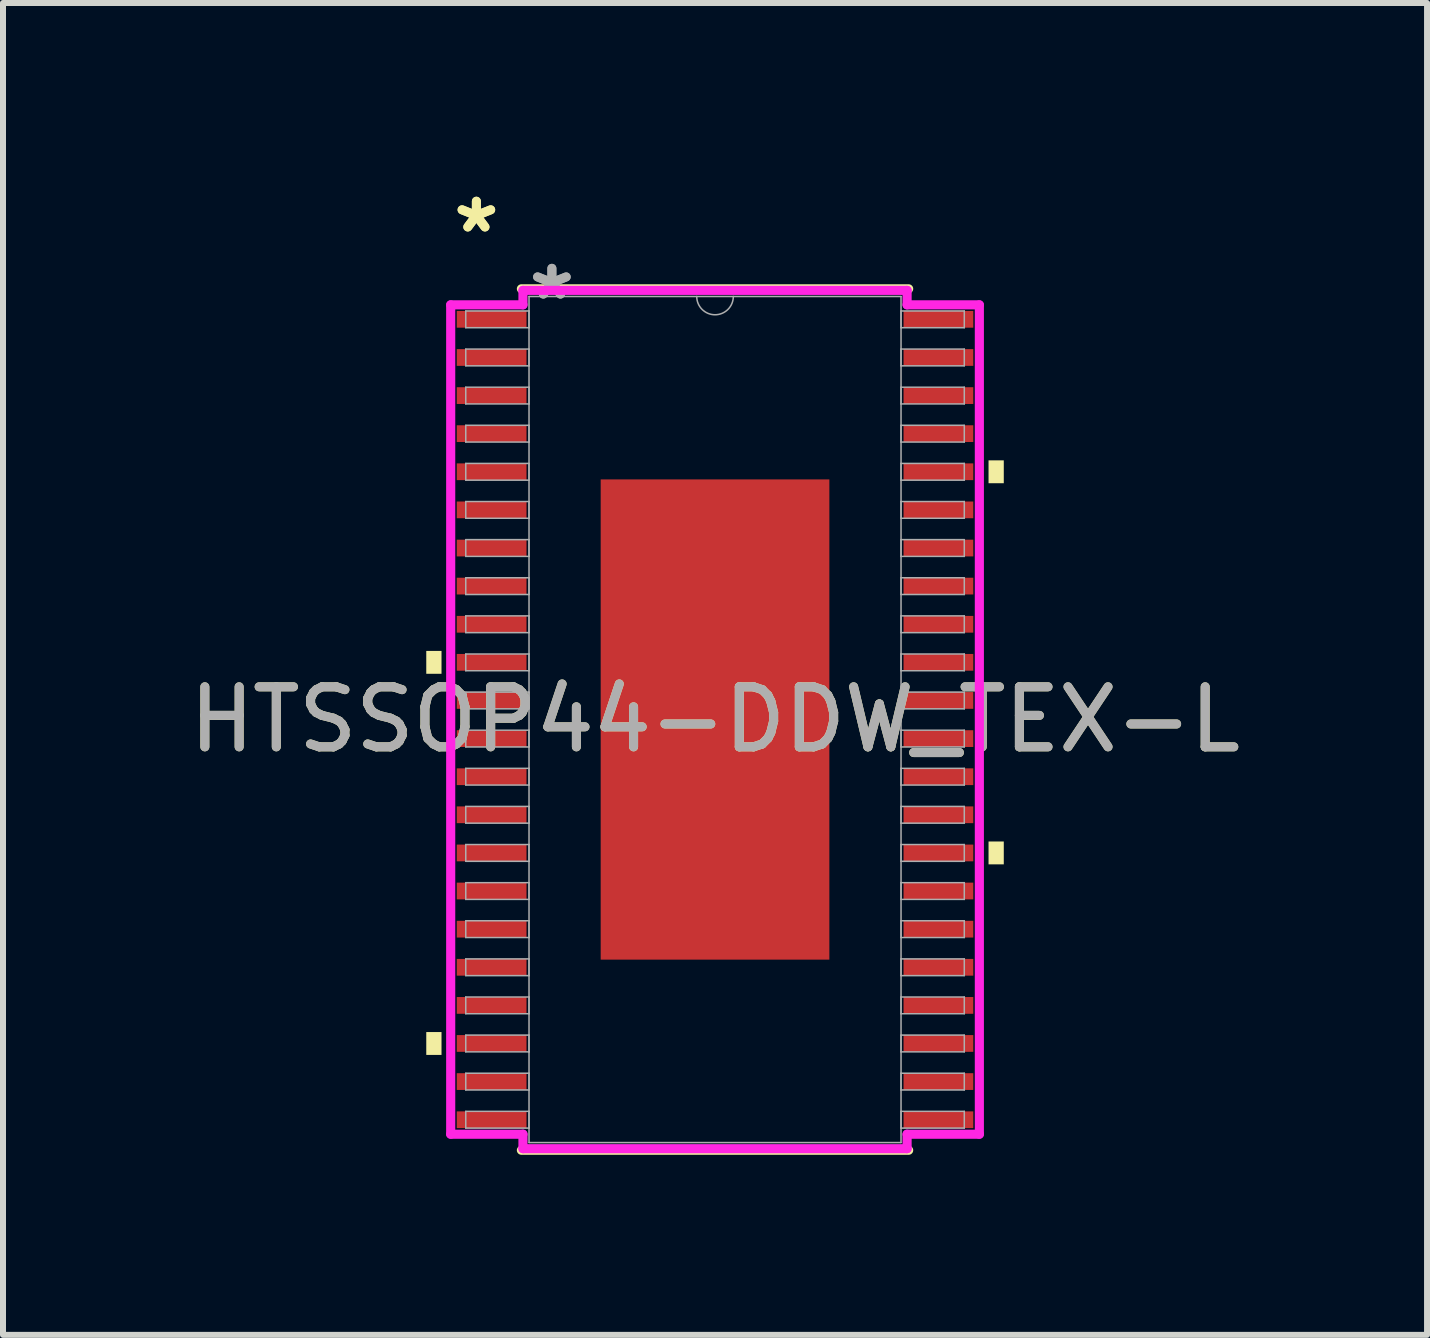
<source format=kicad_pcb>
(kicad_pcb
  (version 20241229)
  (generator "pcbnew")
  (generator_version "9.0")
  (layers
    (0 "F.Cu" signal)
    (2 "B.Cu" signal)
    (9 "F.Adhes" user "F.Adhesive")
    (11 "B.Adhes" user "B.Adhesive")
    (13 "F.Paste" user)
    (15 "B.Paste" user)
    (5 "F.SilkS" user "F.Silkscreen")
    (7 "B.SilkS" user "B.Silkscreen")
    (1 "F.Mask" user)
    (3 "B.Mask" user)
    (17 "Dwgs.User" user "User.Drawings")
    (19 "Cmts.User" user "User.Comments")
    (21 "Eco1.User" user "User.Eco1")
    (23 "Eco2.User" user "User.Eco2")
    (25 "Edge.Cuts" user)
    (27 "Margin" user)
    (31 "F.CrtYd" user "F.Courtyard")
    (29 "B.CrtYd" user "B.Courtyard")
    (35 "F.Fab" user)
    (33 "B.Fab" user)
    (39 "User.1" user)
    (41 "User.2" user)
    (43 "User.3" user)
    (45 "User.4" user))
  (footprint "HTSSOP44-DDW_TEX-L"
    (layer "F.Cu")
    (at 8.863 8.938)
    (property "Reference" "HTSSOP44-DDW_TEX-L" (at 0 0 0) (unlocked yes) (layer "F.SilkS") (effects (font (size 1 1) (thickness 0.15))))
    (attr smd)
    (fp_line (start -3.226 7.176) (end 3.226 7.176) (stroke (width 0.152) (type solid)) (layer "F.SilkS"))
    (fp_line (start 3.226 -7.176) (end -3.226 -7.176) (stroke (width 0.152) (type solid)) (layer "F.SilkS"))
    (fp_poly (pts (xy -4.811 -1.143) (xy -4.811 -0.762) (xy -4.557 -0.762) (xy -4.557 -1.143)) (stroke (width 0) (type solid)) (fill yes) (layer "F.SilkS"))
    (fp_poly (pts (xy -4.811 5.207) (xy -4.811 5.588) (xy -4.557 5.588) (xy -4.557 5.207)) (stroke (width 0) (type solid)) (fill yes) (layer "F.SilkS"))
    (fp_poly (pts (xy 4.811 -4.318) (xy 4.811 -3.937) (xy 4.557 -3.937) (xy 4.557 -4.318)) (stroke (width 0) (type solid)) (fill yes) (layer "F.SilkS"))
    (fp_poly (pts (xy 4.811 2.032) (xy 4.811 2.413) (xy 4.557 2.413) (xy 4.557 2.032)) (stroke (width 0) (type solid)) (fill yes) (layer "F.SilkS"))
    (fp_poly (pts (xy -1.805 -3.901) (xy -1.805 -2.767) (xy -0.735 -2.767) (xy -0.735 -3.901)) (stroke (width 0) (type solid)) (fill yes) (layer "F.Paste"))
    (fp_poly (pts (xy -1.805 -2.567) (xy -1.805 -1.433) (xy -0.735 -1.433) (xy -0.735 -2.567)) (stroke (width 0) (type solid)) (fill yes) (layer "F.Paste"))
    (fp_poly (pts (xy -1.805 -1.234) (xy -1.805 -0.1) (xy -0.735 -0.1) (xy -0.735 -1.234)) (stroke (width 0) (type solid)) (fill yes) (layer "F.Paste"))
    (fp_poly (pts (xy -1.805 0.1) (xy -1.805 1.234) (xy -0.735 1.234) (xy -0.735 0.1)) (stroke (width 0) (type solid)) (fill yes) (layer "F.Paste"))
    (fp_poly (pts (xy -1.805 1.433) (xy -1.805 2.567) (xy -0.735 2.567) (xy -0.735 1.433)) (stroke (width 0) (type solid)) (fill yes) (layer "F.Paste"))
    (fp_poly (pts (xy -1.805 2.767) (xy -1.805 3.901) (xy -0.735 3.901) (xy -0.735 2.767)) (stroke (width 0) (type solid)) (fill yes) (layer "F.Paste"))
    (fp_poly (pts (xy -0.535 -3.901) (xy -0.535 -2.767) (xy 0.535 -2.767) (xy 0.535 -3.901)) (stroke (width 0) (type solid)) (fill yes) (layer "F.Paste"))
    (fp_poly (pts (xy -0.535 -2.567) (xy -0.535 -1.433) (xy 0.535 -1.433) (xy 0.535 -2.567)) (stroke (width 0) (type solid)) (fill yes) (layer "F.Paste"))
    (fp_poly (pts (xy -0.535 -1.234) (xy -0.535 -0.1) (xy 0.535 -0.1) (xy 0.535 -1.234)) (stroke (width 0) (type solid)) (fill yes) (layer "F.Paste"))
    (fp_poly (pts (xy -0.535 0.1) (xy -0.535 1.234) (xy 0.535 1.234) (xy 0.535 0.1)) (stroke (width 0) (type solid)) (fill yes) (layer "F.Paste"))
    (fp_poly (pts (xy -0.535 1.433) (xy -0.535 2.567) (xy 0.535 2.567) (xy 0.535 1.433)) (stroke (width 0) (type solid)) (fill yes) (layer "F.Paste"))
    (fp_poly (pts (xy -0.535 2.767) (xy -0.535 3.901) (xy 0.535 3.901) (xy 0.535 2.767)) (stroke (width 0) (type solid)) (fill yes) (layer "F.Paste"))
    (fp_poly (pts (xy 0.735 -3.901) (xy 0.735 -2.767) (xy 1.805 -2.767) (xy 1.805 -3.901)) (stroke (width 0) (type solid)) (fill yes) (layer "F.Paste"))
    (fp_poly (pts (xy 0.735 -2.567) (xy 0.735 -1.433) (xy 1.805 -1.433) (xy 1.805 -2.567)) (stroke (width 0) (type solid)) (fill yes) (layer "F.Paste"))
    (fp_poly (pts (xy 0.735 -1.234) (xy 0.735 -0.1) (xy 1.805 -0.1) (xy 1.805 -1.234)) (stroke (width 0) (type solid)) (fill yes) (layer "F.Paste"))
    (fp_poly (pts (xy 0.735 0.1) (xy 0.735 1.234) (xy 1.805 1.234) (xy 1.805 0.1)) (stroke (width 0) (type solid)) (fill yes) (layer "F.Paste"))
    (fp_poly (pts (xy 0.735 1.433) (xy 0.735 2.567) (xy 1.805 2.567) (xy 1.805 1.433)) (stroke (width 0) (type solid)) (fill yes) (layer "F.Paste"))
    (fp_poly (pts (xy 0.735 2.767) (xy 0.735 3.901) (xy 1.805 3.901) (xy 1.805 2.767)) (stroke (width 0) (type solid)) (fill yes) (layer "F.Paste"))
    (fp_line (start -4.404 -6.909) (end -3.2 -6.909) (stroke (width 0.152) (type solid)) (layer "F.CrtYd"))
    (fp_line (start -4.404 6.909) (end -4.404 -6.909) (stroke (width 0.152) (type solid)) (layer "F.CrtYd"))
    (fp_line (start -4.404 6.909) (end -3.2 6.909) (stroke (width 0.152) (type solid)) (layer "F.CrtYd"))
    (fp_line (start -3.2 -7.15) (end 3.2 -7.15) (stroke (width 0.152) (type solid)) (layer "F.CrtYd"))
    (fp_line (start -3.2 -6.909) (end -3.2 -7.15) (stroke (width 0.152) (type solid)) (layer "F.CrtYd"))
    (fp_line (start -3.2 7.15) (end -3.2 6.909) (stroke (width 0.152) (type solid)) (layer "F.CrtYd"))
    (fp_line (start 3.2 -7.15) (end 3.2 -6.909) (stroke (width 0.152) (type solid)) (layer "F.CrtYd"))
    (fp_line (start 3.2 6.909) (end 3.2 7.15) (stroke (width 0.152) (type solid)) (layer "F.CrtYd"))
    (fp_line (start 3.2 7.15) (end -3.2 7.15) (stroke (width 0.152) (type solid)) (layer "F.CrtYd"))
    (fp_line (start 4.404 -6.909) (end 3.2 -6.909) (stroke (width 0.152) (type solid)) (layer "F.CrtYd"))
    (fp_line (start 4.404 -6.909) (end 4.404 6.909) (stroke (width 0.152) (type solid)) (layer "F.CrtYd"))
    (fp_line (start 4.404 6.909) (end 3.2 6.909) (stroke (width 0.152) (type solid)) (layer "F.CrtYd"))
    (fp_line (start -4.153 -6.807) (end -4.153 -6.528) (stroke (width 0.025) (type solid)) (layer "F.Fab"))
    (fp_line (start -4.153 -6.528) (end -3.099 -6.528) (stroke (width 0.025) (type solid)) (layer "F.Fab"))
    (fp_line (start -4.153 -6.172) (end -4.153 -5.893) (stroke (width 0.025) (type solid)) (layer "F.Fab"))
    (fp_line (start -4.153 -5.893) (end -3.099 -5.893) (stroke (width 0.025) (type solid)) (layer "F.Fab"))
    (fp_line (start -4.153 -5.537) (end -4.153 -5.258) (stroke (width 0.025) (type solid)) (layer "F.Fab"))
    (fp_line (start -4.153 -5.258) (end -3.099 -5.258) (stroke (width 0.025) (type solid)) (layer "F.Fab"))
    (fp_line (start -4.153 -4.902) (end -4.153 -4.623) (stroke (width 0.025) (type solid)) (layer "F.Fab"))
    (fp_line (start -4.153 -4.623) (end -3.099 -4.623) (stroke (width 0.025) (type solid)) (layer "F.Fab"))
    (fp_line (start -4.153 -4.267) (end -4.153 -3.988) (stroke (width 0.025) (type solid)) (layer "F.Fab"))
    (fp_line (start -4.153 -3.988) (end -3.099 -3.988) (stroke (width 0.025) (type solid)) (layer "F.Fab"))
    (fp_line (start -4.153 -3.632) (end -4.153 -3.353) (stroke (width 0.025) (type solid)) (layer "F.Fab"))
    (fp_line (start -4.153 -3.353) (end -3.099 -3.353) (stroke (width 0.025) (type solid)) (layer "F.Fab"))
    (fp_line (start -4.153 -2.997) (end -4.153 -2.718) (stroke (width 0.025) (type solid)) (layer "F.Fab"))
    (fp_line (start -4.153 -2.718) (end -3.099 -2.718) (stroke (width 0.025) (type solid)) (layer "F.Fab"))
    (fp_line (start -4.153 -2.362) (end -4.153 -2.083) (stroke (width 0.025) (type solid)) (layer "F.Fab"))
    (fp_line (start -4.153 -2.083) (end -3.099 -2.083) (stroke (width 0.025) (type solid)) (layer "F.Fab"))
    (fp_line (start -4.153 -1.727) (end -4.153 -1.448) (stroke (width 0.025) (type solid)) (layer "F.Fab"))
    (fp_line (start -4.153 -1.448) (end -3.099 -1.448) (stroke (width 0.025) (type solid)) (layer "F.Fab"))
    (fp_line (start -4.153 -1.092) (end -4.153 -0.813) (stroke (width 0.025) (type solid)) (layer "F.Fab"))
    (fp_line (start -4.153 -0.813) (end -3.099 -0.813) (stroke (width 0.025) (type solid)) (layer "F.Fab"))
    (fp_line (start -4.153 -0.457) (end -4.153 -0.178) (stroke (width 0.025) (type solid)) (layer "F.Fab"))
    (fp_line (start -4.153 -0.178) (end -3.099 -0.178) (stroke (width 0.025) (type solid)) (layer "F.Fab"))
    (fp_line (start -4.153 0.178) (end -4.153 0.457) (stroke (width 0.025) (type solid)) (layer "F.Fab"))
    (fp_line (start -4.153 0.457) (end -3.099 0.457) (stroke (width 0.025) (type solid)) (layer "F.Fab"))
    (fp_line (start -4.153 0.813) (end -4.153 1.092) (stroke (width 0.025) (type solid)) (layer "F.Fab"))
    (fp_line (start -4.153 1.092) (end -3.099 1.092) (stroke (width 0.025) (type solid)) (layer "F.Fab"))
    (fp_line (start -4.153 1.448) (end -4.153 1.727) (stroke (width 0.025) (type solid)) (layer "F.Fab"))
    (fp_line (start -4.153 1.727) (end -3.099 1.727) (stroke (width 0.025) (type solid)) (layer "F.Fab"))
    (fp_line (start -4.153 2.083) (end -4.153 2.362) (stroke (width 0.025) (type solid)) (layer "F.Fab"))
    (fp_line (start -4.153 2.362) (end -3.099 2.362) (stroke (width 0.025) (type solid)) (layer "F.Fab"))
    (fp_line (start -4.153 2.718) (end -4.153 2.997) (stroke (width 0.025) (type solid)) (layer "F.Fab"))
    (fp_line (start -4.153 2.997) (end -3.099 2.997) (stroke (width 0.025) (type solid)) (layer "F.Fab"))
    (fp_line (start -4.153 3.353) (end -4.153 3.632) (stroke (width 0.025) (type solid)) (layer "F.Fab"))
    (fp_line (start -4.153 3.632) (end -3.099 3.632) (stroke (width 0.025) (type solid)) (layer "F.Fab"))
    (fp_line (start -4.153 3.988) (end -4.153 4.267) (stroke (width 0.025) (type solid)) (layer "F.Fab"))
    (fp_line (start -4.153 4.267) (end -3.099 4.267) (stroke (width 0.025) (type solid)) (layer "F.Fab"))
    (fp_line (start -4.153 4.623) (end -4.153 4.902) (stroke (width 0.025) (type solid)) (layer "F.Fab"))
    (fp_line (start -4.153 4.902) (end -3.099 4.902) (stroke (width 0.025) (type solid)) (layer "F.Fab"))
    (fp_line (start -4.153 5.258) (end -4.153 5.537) (stroke (width 0.025) (type solid)) (layer "F.Fab"))
    (fp_line (start -4.153 5.537) (end -3.099 5.537) (stroke (width 0.025) (type solid)) (layer "F.Fab"))
    (fp_line (start -4.153 5.893) (end -4.153 6.172) (stroke (width 0.025) (type solid)) (layer "F.Fab"))
    (fp_line (start -4.153 6.172) (end -3.099 6.172) (stroke (width 0.025) (type solid)) (layer "F.Fab"))
    (fp_line (start -4.153 6.528) (end -4.153 6.807) (stroke (width 0.025) (type solid)) (layer "F.Fab"))
    (fp_line (start -4.153 6.807) (end -3.099 6.807) (stroke (width 0.025) (type solid)) (layer "F.Fab"))
    (fp_line (start -3.099 -7.048) (end -3.099 7.048) (stroke (width 0.025) (type solid)) (layer "F.Fab"))
    (fp_line (start -3.099 -6.807) (end -4.153 -6.807) (stroke (width 0.025) (type solid)) (layer "F.Fab"))
    (fp_line (start -3.099 -6.528) (end -3.099 -6.807) (stroke (width 0.025) (type solid)) (layer "F.Fab"))
    (fp_line (start -3.099 -6.172) (end -4.153 -6.172) (stroke (width 0.025) (type solid)) (layer "F.Fab"))
    (fp_line (start -3.099 -5.893) (end -3.099 -6.172) (stroke (width 0.025) (type solid)) (layer "F.Fab"))
    (fp_line (start -3.099 -5.537) (end -4.153 -5.537) (stroke (width 0.025) (type solid)) (layer "F.Fab"))
    (fp_line (start -3.099 -5.258) (end -3.099 -5.537) (stroke (width 0.025) (type solid)) (layer "F.Fab"))
    (fp_line (start -3.099 -4.902) (end -4.153 -4.902) (stroke (width 0.025) (type solid)) (layer "F.Fab"))
    (fp_line (start -3.099 -4.623) (end -3.099 -4.902) (stroke (width 0.025) (type solid)) (layer "F.Fab"))
    (fp_line (start -3.099 -4.267) (end -4.153 -4.267) (stroke (width 0.025) (type solid)) (layer "F.Fab"))
    (fp_line (start -3.099 -3.988) (end -3.099 -4.267) (stroke (width 0.025) (type solid)) (layer "F.Fab"))
    (fp_line (start -3.099 -3.632) (end -4.153 -3.632) (stroke (width 0.025) (type solid)) (layer "F.Fab"))
    (fp_line (start -3.099 -3.353) (end -3.099 -3.632) (stroke (width 0.025) (type solid)) (layer "F.Fab"))
    (fp_line (start -3.099 -2.997) (end -4.153 -2.997) (stroke (width 0.025) (type solid)) (layer "F.Fab"))
    (fp_line (start -3.099 -2.718) (end -3.099 -2.997) (stroke (width 0.025) (type solid)) (layer "F.Fab"))
    (fp_line (start -3.099 -2.362) (end -4.153 -2.362) (stroke (width 0.025) (type solid)) (layer "F.Fab"))
    (fp_line (start -3.099 -2.083) (end -3.099 -2.362) (stroke (width 0.025) (type solid)) (layer "F.Fab"))
    (fp_line (start -3.099 -1.727) (end -4.153 -1.727) (stroke (width 0.025) (type solid)) (layer "F.Fab"))
    (fp_line (start -3.099 -1.448) (end -3.099 -1.727) (stroke (width 0.025) (type solid)) (layer "F.Fab"))
    (fp_line (start -3.099 -1.092) (end -4.153 -1.092) (stroke (width 0.025) (type solid)) (layer "F.Fab"))
    (fp_line (start -3.099 -0.813) (end -3.099 -1.092) (stroke (width 0.025) (type solid)) (layer "F.Fab"))
    (fp_line (start -3.099 -0.457) (end -4.153 -0.457) (stroke (width 0.025) (type solid)) (layer "F.Fab"))
    (fp_line (start -3.099 -0.178) (end -3.099 -0.457) (stroke (width 0.025) (type solid)) (layer "F.Fab"))
    (fp_line (start -3.099 0.178) (end -4.153 0.178) (stroke (width 0.025) (type solid)) (layer "F.Fab"))
    (fp_line (start -3.099 0.457) (end -3.099 0.178) (stroke (width 0.025) (type solid)) (layer "F.Fab"))
    (fp_line (start -3.099 0.813) (end -4.153 0.813) (stroke (width 0.025) (type solid)) (layer "F.Fab"))
    (fp_line (start -3.099 1.092) (end -3.099 0.813) (stroke (width 0.025) (type solid)) (layer "F.Fab"))
    (fp_line (start -3.099 1.448) (end -4.153 1.448) (stroke (width 0.025) (type solid)) (layer "F.Fab"))
    (fp_line (start -3.099 1.727) (end -3.099 1.448) (stroke (width 0.025) (type solid)) (layer "F.Fab"))
    (fp_line (start -3.099 2.083) (end -4.153 2.083) (stroke (width 0.025) (type solid)) (layer "F.Fab"))
    (fp_line (start -3.099 2.362) (end -3.099 2.083) (stroke (width 0.025) (type solid)) (layer "F.Fab"))
    (fp_line (start -3.099 2.718) (end -4.153 2.718) (stroke (width 0.025) (type solid)) (layer "F.Fab"))
    (fp_line (start -3.099 2.997) (end -3.099 2.718) (stroke (width 0.025) (type solid)) (layer "F.Fab"))
    (fp_line (start -3.099 3.353) (end -4.153 3.353) (stroke (width 0.025) (type solid)) (layer "F.Fab"))
    (fp_line (start -3.099 3.632) (end -3.099 3.353) (stroke (width 0.025) (type solid)) (layer "F.Fab"))
    (fp_line (start -3.099 3.988) (end -4.153 3.988) (stroke (width 0.025) (type solid)) (layer "F.Fab"))
    (fp_line (start -3.099 4.267) (end -3.099 3.988) (stroke (width 0.025) (type solid)) (layer "F.Fab"))
    (fp_line (start -3.099 4.623) (end -4.153 4.623) (stroke (width 0.025) (type solid)) (layer "F.Fab"))
    (fp_line (start -3.099 4.902) (end -3.099 4.623) (stroke (width 0.025) (type solid)) (layer "F.Fab"))
    (fp_line (start -3.099 5.258) (end -4.153 5.258) (stroke (width 0.025) (type solid)) (layer "F.Fab"))
    (fp_line (start -3.099 5.537) (end -3.099 5.258) (stroke (width 0.025) (type solid)) (layer "F.Fab"))
    (fp_line (start -3.099 5.893) (end -4.153 5.893) (stroke (width 0.025) (type solid)) (layer "F.Fab"))
    (fp_line (start -3.099 6.172) (end -3.099 5.893) (stroke (width 0.025) (type solid)) (layer "F.Fab"))
    (fp_line (start -3.099 6.528) (end -4.153 6.528) (stroke (width 0.025) (type solid)) (layer "F.Fab"))
    (fp_line (start -3.099 6.807) (end -3.099 6.528) (stroke (width 0.025) (type solid)) (layer "F.Fab"))
    (fp_line (start -3.099 7.048) (end 3.099 7.048) (stroke (width 0.025) (type solid)) (layer "F.Fab"))
    (fp_line (start 3.099 -7.048) (end -3.099 -7.048) (stroke (width 0.025) (type solid)) (layer "F.Fab"))
    (fp_line (start 3.099 -6.807) (end 3.099 -6.528) (stroke (width 0.025) (type solid)) (layer "F.Fab"))
    (fp_line (start 3.099 -6.528) (end 4.153 -6.528) (stroke (width 0.025) (type solid)) (layer "F.Fab"))
    (fp_line (start 3.099 -6.172) (end 3.099 -5.893) (stroke (width 0.025) (type solid)) (layer "F.Fab"))
    (fp_line (start 3.099 -5.893) (end 4.153 -5.893) (stroke (width 0.025) (type solid)) (layer "F.Fab"))
    (fp_line (start 3.099 -5.537) (end 3.099 -5.258) (stroke (width 0.025) (type solid)) (layer "F.Fab"))
    (fp_line (start 3.099 -5.258) (end 4.153 -5.258) (stroke (width 0.025) (type solid)) (layer "F.Fab"))
    (fp_line (start 3.099 -4.902) (end 3.099 -4.623) (stroke (width 0.025) (type solid)) (layer "F.Fab"))
    (fp_line (start 3.099 -4.623) (end 4.153 -4.623) (stroke (width 0.025) (type solid)) (layer "F.Fab"))
    (fp_line (start 3.099 -4.267) (end 3.099 -3.988) (stroke (width 0.025) (type solid)) (layer "F.Fab"))
    (fp_line (start 3.099 -3.988) (end 4.153 -3.988) (stroke (width 0.025) (type solid)) (layer "F.Fab"))
    (fp_line (start 3.099 -3.632) (end 3.099 -3.353) (stroke (width 0.025) (type solid)) (layer "F.Fab"))
    (fp_line (start 3.099 -3.353) (end 4.153 -3.353) (stroke (width 0.025) (type solid)) (layer "F.Fab"))
    (fp_line (start 3.099 -2.997) (end 3.099 -2.718) (stroke (width 0.025) (type solid)) (layer "F.Fab"))
    (fp_line (start 3.099 -2.718) (end 4.153 -2.718) (stroke (width 0.025) (type solid)) (layer "F.Fab"))
    (fp_line (start 3.099 -2.362) (end 3.099 -2.083) (stroke (width 0.025) (type solid)) (layer "F.Fab"))
    (fp_line (start 3.099 -2.083) (end 4.153 -2.083) (stroke (width 0.025) (type solid)) (layer "F.Fab"))
    (fp_line (start 3.099 -1.727) (end 3.099 -1.448) (stroke (width 0.025) (type solid)) (layer "F.Fab"))
    (fp_line (start 3.099 -1.448) (end 4.153 -1.448) (stroke (width 0.025) (type solid)) (layer "F.Fab"))
    (fp_line (start 3.099 -1.092) (end 3.099 -0.813) (stroke (width 0.025) (type solid)) (layer "F.Fab"))
    (fp_line (start 3.099 -0.813) (end 4.153 -0.813) (stroke (width 0.025) (type solid)) (layer "F.Fab"))
    (fp_line (start 3.099 -0.457) (end 3.099 -0.178) (stroke (width 0.025) (type solid)) (layer "F.Fab"))
    (fp_line (start 3.099 -0.178) (end 4.153 -0.178) (stroke (width 0.025) (type solid)) (layer "F.Fab"))
    (fp_line (start 3.099 0.178) (end 3.099 0.457) (stroke (width 0.025) (type solid)) (layer "F.Fab"))
    (fp_line (start 3.099 0.457) (end 4.153 0.457) (stroke (width 0.025) (type solid)) (layer "F.Fab"))
    (fp_line (start 3.099 0.813) (end 3.099 1.092) (stroke (width 0.025) (type solid)) (layer "F.Fab"))
    (fp_line (start 3.099 1.092) (end 4.153 1.092) (stroke (width 0.025) (type solid)) (layer "F.Fab"))
    (fp_line (start 3.099 1.448) (end 3.099 1.727) (stroke (width 0.025) (type solid)) (layer "F.Fab"))
    (fp_line (start 3.099 1.727) (end 4.153 1.727) (stroke (width 0.025) (type solid)) (layer "F.Fab"))
    (fp_line (start 3.099 2.083) (end 3.099 2.362) (stroke (width 0.025) (type solid)) (layer "F.Fab"))
    (fp_line (start 3.099 2.362) (end 4.153 2.362) (stroke (width 0.025) (type solid)) (layer "F.Fab"))
    (fp_line (start 3.099 2.718) (end 3.099 2.997) (stroke (width 0.025) (type solid)) (layer "F.Fab"))
    (fp_line (start 3.099 2.997) (end 4.153 2.997) (stroke (width 0.025) (type solid)) (layer "F.Fab"))
    (fp_line (start 3.099 3.353) (end 3.099 3.632) (stroke (width 0.025) (type solid)) (layer "F.Fab"))
    (fp_line (start 3.099 3.632) (end 4.153 3.632) (stroke (width 0.025) (type solid)) (layer "F.Fab"))
    (fp_line (start 3.099 3.988) (end 3.099 4.267) (stroke (width 0.025) (type solid)) (layer "F.Fab"))
    (fp_line (start 3.099 4.267) (end 4.153 4.267) (stroke (width 0.025) (type solid)) (layer "F.Fab"))
    (fp_line (start 3.099 4.623) (end 3.099 4.902) (stroke (width 0.025) (type solid)) (layer "F.Fab"))
    (fp_line (start 3.099 4.902) (end 4.153 4.902) (stroke (width 0.025) (type solid)) (layer "F.Fab"))
    (fp_line (start 3.099 5.258) (end 3.099 5.537) (stroke (width 0.025) (type solid)) (layer "F.Fab"))
    (fp_line (start 3.099 5.537) (end 4.153 5.537) (stroke (width 0.025) (type solid)) (layer "F.Fab"))
    (fp_line (start 3.099 5.893) (end 3.099 6.172) (stroke (width 0.025) (type solid)) (layer "F.Fab"))
    (fp_line (start 3.099 6.172) (end 4.153 6.172) (stroke (width 0.025) (type solid)) (layer "F.Fab"))
    (fp_line (start 3.099 6.528) (end 3.099 6.807) (stroke (width 0.025) (type solid)) (layer "F.Fab"))
    (fp_line (start 3.099 6.807) (end 4.153 6.807) (stroke (width 0.025) (type solid)) (layer "F.Fab"))
    (fp_line (start 3.099 7.048) (end 3.099 -7.048) (stroke (width 0.025) (type solid)) (layer "F.Fab"))
    (fp_line (start 4.153 -6.807) (end 3.099 -6.807) (stroke (width 0.025) (type solid)) (layer "F.Fab"))
    (fp_line (start 4.153 -6.528) (end 4.153 -6.807) (stroke (width 0.025) (type solid)) (layer "F.Fab"))
    (fp_line (start 4.153 -6.172) (end 3.099 -6.172) (stroke (width 0.025) (type solid)) (layer "F.Fab"))
    (fp_line (start 4.153 -5.893) (end 4.153 -6.172) (stroke (width 0.025) (type solid)) (layer "F.Fab"))
    (fp_line (start 4.153 -5.537) (end 3.099 -5.537) (stroke (width 0.025) (type solid)) (layer "F.Fab"))
    (fp_line (start 4.153 -5.258) (end 4.153 -5.537) (stroke (width 0.025) (type solid)) (layer "F.Fab"))
    (fp_line (start 4.153 -4.902) (end 3.099 -4.902) (stroke (width 0.025) (type solid)) (layer "F.Fab"))
    (fp_line (start 4.153 -4.623) (end 4.153 -4.902) (stroke (width 0.025) (type solid)) (layer "F.Fab"))
    (fp_line (start 4.153 -4.267) (end 3.099 -4.267) (stroke (width 0.025) (type solid)) (layer "F.Fab"))
    (fp_line (start 4.153 -3.988) (end 4.153 -4.267) (stroke (width 0.025) (type solid)) (layer "F.Fab"))
    (fp_line (start 4.153 -3.632) (end 3.099 -3.632) (stroke (width 0.025) (type solid)) (layer "F.Fab"))
    (fp_line (start 4.153 -3.353) (end 4.153 -3.632) (stroke (width 0.025) (type solid)) (layer "F.Fab"))
    (fp_line (start 4.153 -2.997) (end 3.099 -2.997) (stroke (width 0.025) (type solid)) (layer "F.Fab"))
    (fp_line (start 4.153 -2.718) (end 4.153 -2.997) (stroke (width 0.025) (type solid)) (layer "F.Fab"))
    (fp_line (start 4.153 -2.362) (end 3.099 -2.362) (stroke (width 0.025) (type solid)) (layer "F.Fab"))
    (fp_line (start 4.153 -2.083) (end 4.153 -2.362) (stroke (width 0.025) (type solid)) (layer "F.Fab"))
    (fp_line (start 4.153 -1.727) (end 3.099 -1.727) (stroke (width 0.025) (type solid)) (layer "F.Fab"))
    (fp_line (start 4.153 -1.448) (end 4.153 -1.727) (stroke (width 0.025) (type solid)) (layer "F.Fab"))
    (fp_line (start 4.153 -1.092) (end 3.099 -1.092) (stroke (width 0.025) (type solid)) (layer "F.Fab"))
    (fp_line (start 4.153 -0.813) (end 4.153 -1.092) (stroke (width 0.025) (type solid)) (layer "F.Fab"))
    (fp_line (start 4.153 -0.457) (end 3.099 -0.457) (stroke (width 0.025) (type solid)) (layer "F.Fab"))
    (fp_line (start 4.153 -0.178) (end 4.153 -0.457) (stroke (width 0.025) (type solid)) (layer "F.Fab"))
    (fp_line (start 4.153 0.178) (end 3.099 0.178) (stroke (width 0.025) (type solid)) (layer "F.Fab"))
    (fp_line (start 4.153 0.457) (end 4.153 0.178) (stroke (width 0.025) (type solid)) (layer "F.Fab"))
    (fp_line (start 4.153 0.813) (end 3.099 0.813) (stroke (width 0.025) (type solid)) (layer "F.Fab"))
    (fp_line (start 4.153 1.092) (end 4.153 0.813) (stroke (width 0.025) (type solid)) (layer "F.Fab"))
    (fp_line (start 4.153 1.448) (end 3.099 1.448) (stroke (width 0.025) (type solid)) (layer "F.Fab"))
    (fp_line (start 4.153 1.727) (end 4.153 1.448) (stroke (width 0.025) (type solid)) (layer "F.Fab"))
    (fp_line (start 4.153 2.083) (end 3.099 2.083) (stroke (width 0.025) (type solid)) (layer "F.Fab"))
    (fp_line (start 4.153 2.362) (end 4.153 2.083) (stroke (width 0.025) (type solid)) (layer "F.Fab"))
    (fp_line (start 4.153 2.718) (end 3.099 2.718) (stroke (width 0.025) (type solid)) (layer "F.Fab"))
    (fp_line (start 4.153 2.997) (end 4.153 2.718) (stroke (width 0.025) (type solid)) (layer "F.Fab"))
    (fp_line (start 4.153 3.353) (end 3.099 3.353) (stroke (width 0.025) (type solid)) (layer "F.Fab"))
    (fp_line (start 4.153 3.632) (end 4.153 3.353) (stroke (width 0.025) (type solid)) (layer "F.Fab"))
    (fp_line (start 4.153 3.988) (end 3.099 3.988) (stroke (width 0.025) (type solid)) (layer "F.Fab"))
    (fp_line (start 4.153 4.267) (end 4.153 3.988) (stroke (width 0.025) (type solid)) (layer "F.Fab"))
    (fp_line (start 4.153 4.623) (end 3.099 4.623) (stroke (width 0.025) (type solid)) (layer "F.Fab"))
    (fp_line (start 4.153 4.902) (end 4.153 4.623) (stroke (width 0.025) (type solid)) (layer "F.Fab"))
    (fp_line (start 4.153 5.258) (end 3.099 5.258) (stroke (width 0.025) (type solid)) (layer "F.Fab"))
    (fp_line (start 4.153 5.537) (end 4.153 5.258) (stroke (width 0.025) (type solid)) (layer "F.Fab"))
    (fp_line (start 4.153 5.893) (end 3.099 5.893) (stroke (width 0.025) (type solid)) (layer "F.Fab"))
    (fp_line (start 4.153 6.172) (end 4.153 5.893) (stroke (width 0.025) (type solid)) (layer "F.Fab"))
    (fp_line (start 4.153 6.528) (end 3.099 6.528) (stroke (width 0.025) (type solid)) (layer "F.Fab"))
    (fp_line (start 4.153 6.807) (end 4.153 6.528) (stroke (width 0.025) (type solid)) (layer "F.Fab"))
    (fp_arc (start 0.3048 -7.0485) (mid 0 -6.7437) (end -0.3048 -7.0485) (stroke (width 0.0254) (type solid)) (layer "F.Fab"))
    (fp_text user "*" (at -3.976 -8.09 0) (unlocked yes) (layer "F.SilkS") (effects (font (size 1 1) (thickness 0.15))))
    (fp_text user "*" (at -3.976 -8.09 0) (layer "F.SilkS") (effects (font (size 1 1) (thickness 0.15))))
    (fp_text user "*" (at -2.718 -6.972 0) (unlocked yes) (layer "F.Fab") (effects (font (size 1 1) (thickness 0.15))))
    (fp_text user "${REFERENCE}" (at 0 0 0) (unlocked yes) (layer "F.Fab") (effects (font (size 1 1) (thickness 0.15))))
    (fp_text user "*" (at -2.718 -6.972 0) (layer "F.Fab") (effects (font (size 1 1) (thickness 0.15))))
    (pad "1" smd rect (at -3.722 -6.668) (size 1.162 0.279) (layers "F.Cu" "F.Mask" "F.Paste"))
    (pad "2" smd rect (at -3.722 -6.032) (size 1.162 0.279) (layers "F.Cu" "F.Mask" "F.Paste"))
    (pad "3" smd rect (at -3.722 -5.397) (size 1.162 0.279) (layers "F.Cu" "F.Mask" "F.Paste"))
    (pad "4" smd rect (at -3.722 -4.763) (size 1.162 0.279) (layers "F.Cu" "F.Mask" "F.Paste"))
    (pad "5" smd rect (at -3.722 -4.128) (size 1.162 0.279) (layers "F.Cu" "F.Mask" "F.Paste"))
    (pad "6" smd rect (at -3.722 -3.493) (size 1.162 0.279) (layers "F.Cu" "F.Mask" "F.Paste"))
    (pad "7" smd rect (at -3.722 -2.857) (size 1.162 0.279) (layers "F.Cu" "F.Mask" "F.Paste"))
    (pad "8" smd rect (at -3.722 -2.223) (size 1.162 0.279) (layers "F.Cu" "F.Mask" "F.Paste"))
    (pad "9" smd rect (at -3.722 -1.587) (size 1.162 0.279) (layers "F.Cu" "F.Mask" "F.Paste"))
    (pad "10" smd rect (at -3.722 -0.953) (size 1.162 0.279) (layers "F.Cu" "F.Mask" "F.Paste"))
    (pad "11" smd rect (at -3.722 -0.318) (size 1.162 0.279) (layers "F.Cu" "F.Mask" "F.Paste"))
    (pad "12" smd rect (at -3.722 0.318) (size 1.162 0.279) (layers "F.Cu" "F.Mask" "F.Paste"))
    (pad "13" smd rect (at -3.722 0.953) (size 1.162 0.279) (layers "F.Cu" "F.Mask" "F.Paste"))
    (pad "14" smd rect (at -3.722 1.587) (size 1.162 0.279) (layers "F.Cu" "F.Mask" "F.Paste"))
    (pad "15" smd rect (at -3.722 2.223) (size 1.162 0.279) (layers "F.Cu" "F.Mask" "F.Paste"))
    (pad "16" smd rect (at -3.722 2.857) (size 1.162 0.279) (layers "F.Cu" "F.Mask" "F.Paste"))
    (pad "17" smd rect (at -3.722 3.493) (size 1.162 0.279) (layers "F.Cu" "F.Mask" "F.Paste"))
    (pad "18" smd rect (at -3.722 4.128) (size 1.162 0.279) (layers "F.Cu" "F.Mask" "F.Paste"))
    (pad "19" smd rect (at -3.722 4.763) (size 1.162 0.279) (layers "F.Cu" "F.Mask" "F.Paste"))
    (pad "20" smd rect (at -3.722 5.397) (size 1.162 0.279) (layers "F.Cu" "F.Mask" "F.Paste"))
    (pad "21" smd rect (at -3.722 6.032) (size 1.162 0.279) (layers "F.Cu" "F.Mask" "F.Paste"))
    (pad "22" smd rect (at -3.722 6.668) (size 1.162 0.279) (layers "F.Cu" "F.Mask" "F.Paste"))
    (pad "23" smd rect (at 3.722 6.668) (size 1.162 0.279) (layers "F.Cu" "F.Mask" "F.Paste"))
    (pad "24" smd rect (at 3.722 6.032) (size 1.162 0.279) (layers "F.Cu" "F.Mask" "F.Paste"))
    (pad "25" smd rect (at 3.722 5.397) (size 1.162 0.279) (layers "F.Cu" "F.Mask" "F.Paste"))
    (pad "26" smd rect (at 3.722 4.763) (size 1.162 0.279) (layers "F.Cu" "F.Mask" "F.Paste"))
    (pad "27" smd rect (at 3.722 4.128) (size 1.162 0.279) (layers "F.Cu" "F.Mask" "F.Paste"))
    (pad "28" smd rect (at 3.722 3.493) (size 1.162 0.279) (layers "F.Cu" "F.Mask" "F.Paste"))
    (pad "29" smd rect (at 3.722 2.857) (size 1.162 0.279) (layers "F.Cu" "F.Mask" "F.Paste"))
    (pad "30" smd rect (at 3.722 2.223) (size 1.162 0.279) (layers "F.Cu" "F.Mask" "F.Paste"))
    (pad "31" smd rect (at 3.722 1.587) (size 1.162 0.279) (layers "F.Cu" "F.Mask" "F.Paste"))
    (pad "32" smd rect (at 3.722 0.953) (size 1.162 0.279) (layers "F.Cu" "F.Mask" "F.Paste"))
    (pad "33" smd rect (at 3.722 0.318) (size 1.162 0.279) (layers "F.Cu" "F.Mask" "F.Paste"))
    (pad "34" smd rect (at 3.722 -0.318) (size 1.162 0.279) (layers "F.Cu" "F.Mask" "F.Paste"))
    (pad "35" smd rect (at 3.722 -0.953) (size 1.162 0.279) (layers "F.Cu" "F.Mask" "F.Paste"))
    (pad "36" smd rect (at 3.722 -1.587) (size 1.162 0.279) (layers "F.Cu" "F.Mask" "F.Paste"))
    (pad "37" smd rect (at 3.722 -2.223) (size 1.162 0.279) (layers "F.Cu" "F.Mask" "F.Paste"))
    (pad "38" smd rect (at 3.722 -2.857) (size 1.162 0.279) (layers "F.Cu" "F.Mask" "F.Paste"))
    (pad "39" smd rect (at 3.722 -3.493) (size 1.162 0.279) (layers "F.Cu" "F.Mask" "F.Paste"))
    (pad "40" smd rect (at 3.722 -4.128) (size 1.162 0.279) (layers "F.Cu" "F.Mask" "F.Paste"))
    (pad "41" smd rect (at 3.722 -4.763) (size 1.162 0.279) (layers "F.Cu" "F.Mask" "F.Paste"))
    (pad "42" smd rect (at 3.722 -5.397) (size 1.162 0.279) (layers "F.Cu" "F.Mask" "F.Paste"))
    (pad "43" smd rect (at 3.722 -6.032) (size 1.162 0.279) (layers "F.Cu" "F.Mask" "F.Paste"))
    (pad "44" smd rect (at 3.722 -6.668) (size 1.162 0.279) (layers "F.Cu" "F.Mask" "F.Paste"))
    (pad "EPAD" smd rect (at 0 0) (size 3.81 8.001) (layers "F.Cu" "F.Mask")))
  (gr_rect
    (start -3 -3)
    (end 20.726 19.19)
    (stroke (width 0.1) (type default))
    (fill no)
    (layer "Edge.Cuts")))
</source>
